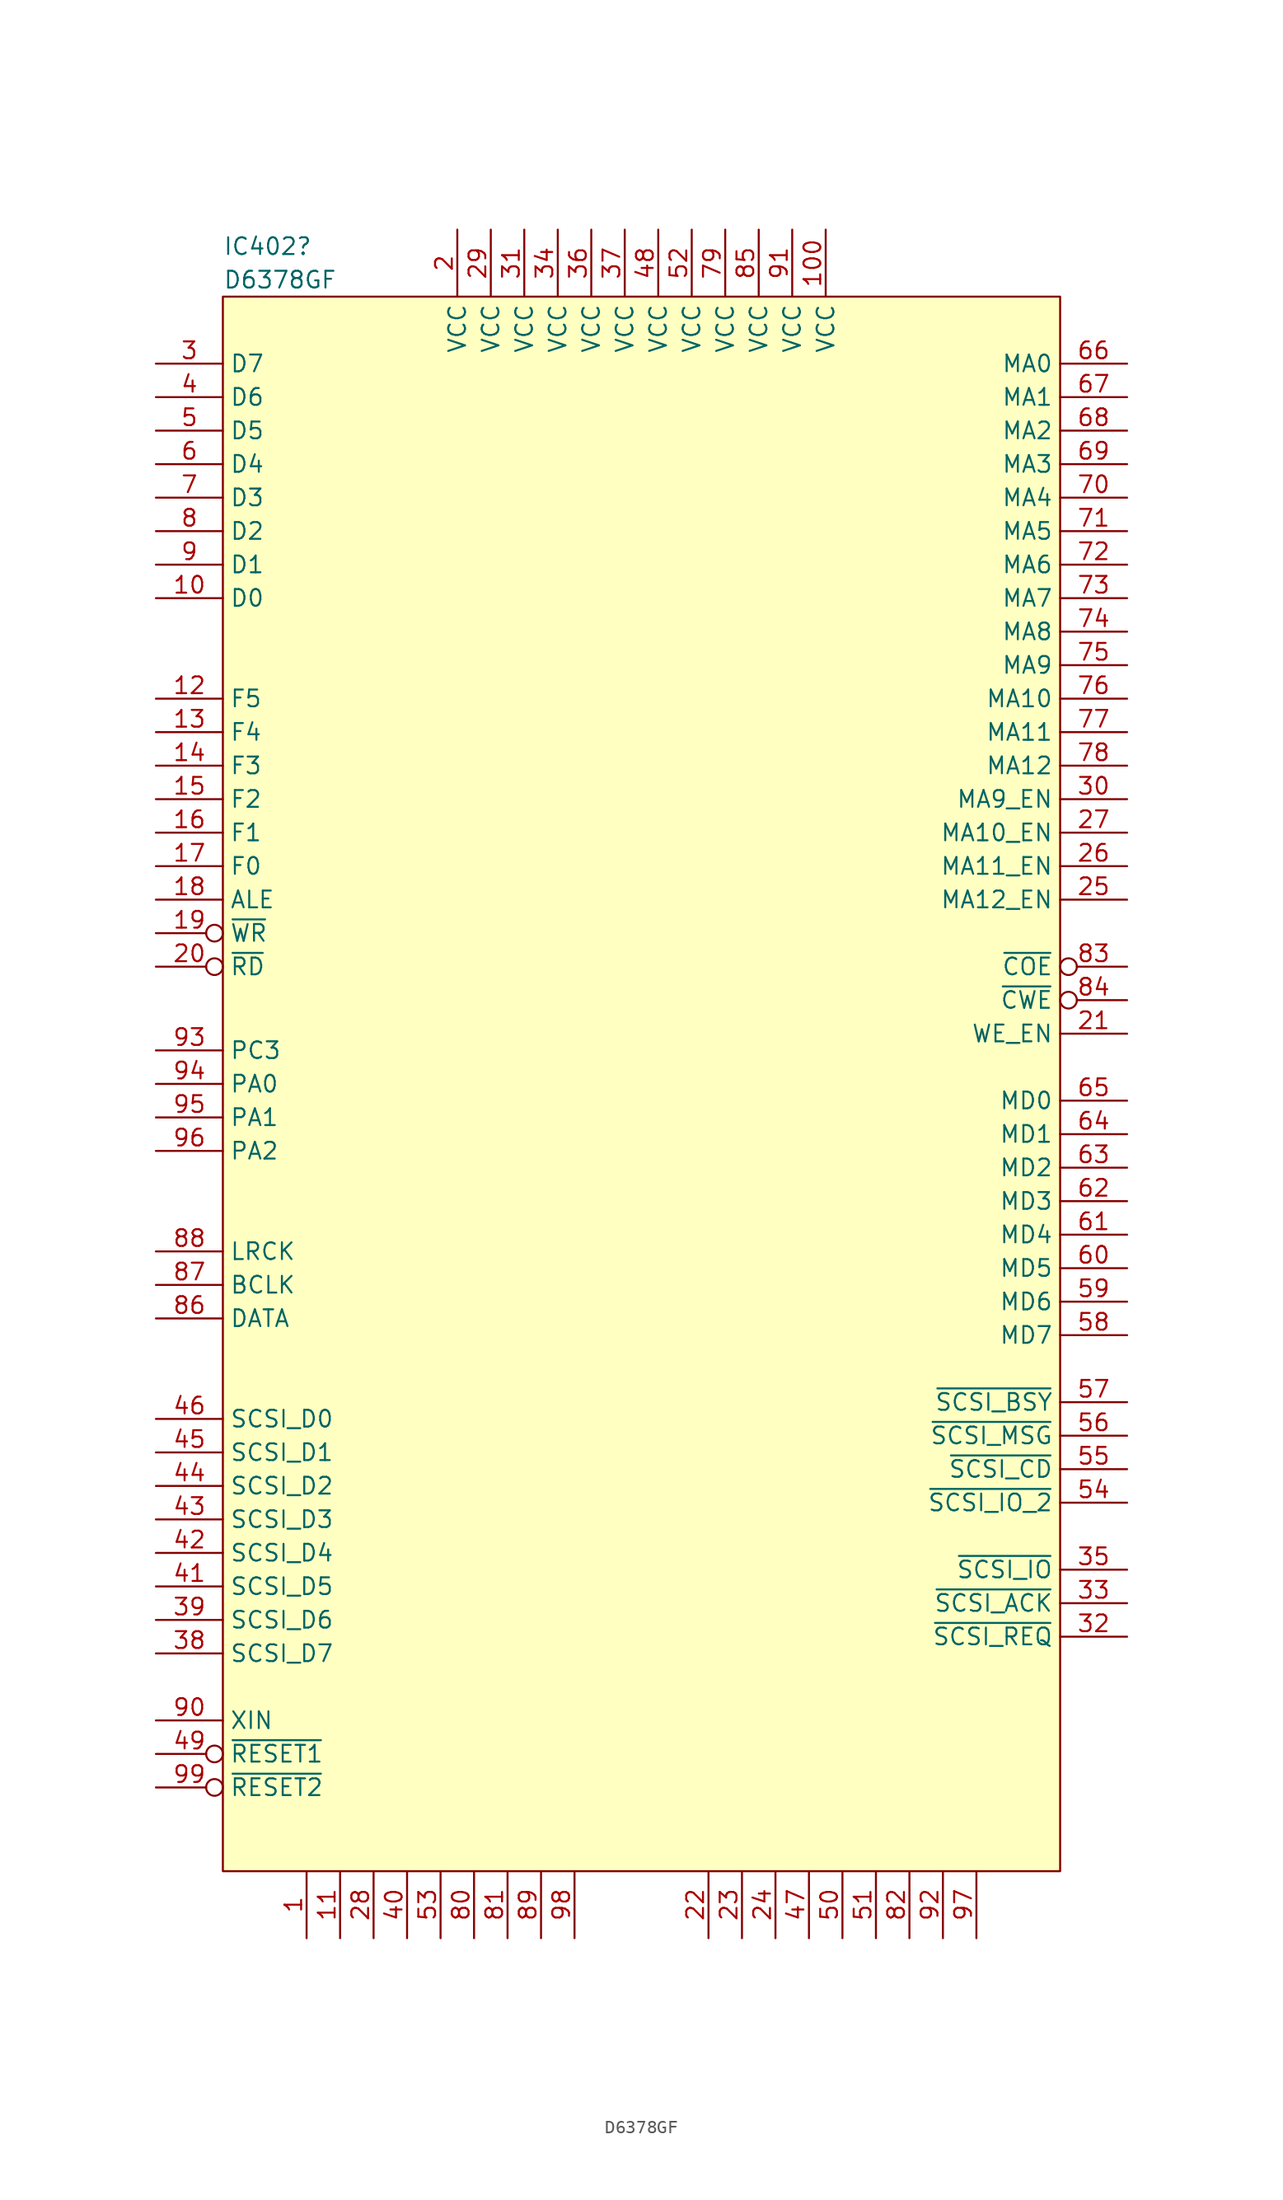
<source format=kicad_sym>
(kicad_symbol_lib
  (version 20231120)
  (generator "kicad_symbol_editor")
  (generator_version "8.0")
  (symbol "D6378GF"
    (property "Reference" "IC402"
      (at -31.75 63.5 0)
      (effects (font (size 1.27 1.27)) (justify left)))
    (property "Value" "D6378GF"
      (at -31.75 60.96 0)
      (effects (font (size 1.27 1.27)) (justify left)))
    (symbol "D6378GF_1_1"
      (rectangle (start -31.75 59.69) (end 31.75 -59.69) (stroke (width 0) (type default)) (fill (type background)))
      (pin passive line (at -25.4 -64.77 90) (length 5.08) (name "" (effects (font (size 1.27 1.27)))) (number "1" (effects (font (size 1.27 1.27)))))
      (pin passive line (at -36.83 36.83 0) (length 5.08) (name "D0" (effects (font (size 1.27 1.27)))) (number "10" (effects (font (size 1.27 1.27)))))
      (pin passive line (at 13.97 64.77 270) (length 5.08) (name "VCC" (effects (font (size 1.27 1.27)))) (number "100" (effects (font (size 1.27 1.27)))))
      (pin passive line (at -22.86 -64.77 90) (length 5.08) (name "" (effects (font (size 1.27 1.27)))) (number "11" (effects (font (size 1.27 1.27)))))
      (pin passive line (at -36.83 29.21 0) (length 5.08) (name "F5" (effects (font (size 1.27 1.27)))) (number "12" (effects (font (size 1.27 1.27)))))
      (pin passive line (at -36.83 26.67 0) (length 5.08) (name "F4" (effects (font (size 1.27 1.27)))) (number "13" (effects (font (size 1.27 1.27)))))
      (pin passive line (at -36.83 24.13 0) (length 5.08) (name "F3" (effects (font (size 1.27 1.27)))) (number "14" (effects (font (size 1.27 1.27)))))
      (pin passive line (at -36.83 21.59 0) (length 5.08) (name "F2" (effects (font (size 1.27 1.27)))) (number "15" (effects (font (size 1.27 1.27)))))
      (pin passive line (at -36.83 19.05 0) (length 5.08) (name "F1" (effects (font (size 1.27 1.27)))) (number "16" (effects (font (size 1.27 1.27)))))
      (pin passive line (at -36.83 16.51 0) (length 5.08) (name "F0" (effects (font (size 1.27 1.27)))) (number "17" (effects (font (size 1.27 1.27)))))
      (pin passive line (at -36.83 13.97 0) (length 5.08) (name "ALE" (effects (font (size 1.27 1.27)))) (number "18" (effects (font (size 1.27 1.27)))))
      (pin passive inverted (at -36.83 11.43 0) (length 5.08) (name "~{WR}" (effects (font (size 1.27 1.27)))) (number "19" (effects (font (size 1.27 1.27)))))
      (pin passive line (at -13.97 64.77 270) (length 5.08) (name "VCC" (effects (font (size 1.27 1.27)))) (number "2" (effects (font (size 1.27 1.27)))))
      (pin passive inverted (at -36.83 8.89 0) (length 5.08) (name "~{RD}" (effects (font (size 1.27 1.27)))) (number "20" (effects (font (size 1.27 1.27)))))
      (pin passive line (at 36.83 3.81 180) (length 5.08) (name "WE_EN" (effects (font (size 1.27 1.27)))) (number "21" (effects (font (size 1.27 1.27)))))
      (pin passive line (at 5.08 -64.77 90) (length 5.08) (name "" (effects (font (size 1.27 1.27)))) (number "22" (effects (font (size 1.27 1.27)))))
      (pin passive line (at 7.62 -64.77 90) (length 5.08) (name "" (effects (font (size 1.27 1.27)))) (number "23" (effects (font (size 1.27 1.27)))))
      (pin passive line (at 10.16 -64.77 90) (length 5.08) (name "" (effects (font (size 1.27 1.27)))) (number "24" (effects (font (size 1.27 1.27)))))
      (pin output line (at 36.83 13.97 180) (length 5.08) (name "MA12_EN" (effects (font (size 1.27 1.27)))) (number "25" (effects (font (size 1.27 1.27)))))
      (pin output line (at 36.83 16.51 180) (length 5.08) (name "MA11_EN" (effects (font (size 1.27 1.27)))) (number "26" (effects (font (size 1.27 1.27)))))
      (pin output line (at 36.83 19.05 180) (length 5.08) (name "MA10_EN" (effects (font (size 1.27 1.27)))) (number "27" (effects (font (size 1.27 1.27)))))
      (pin passive line (at -20.32 -64.77 90) (length 5.08) (name "" (effects (font (size 1.27 1.27)))) (number "28" (effects (font (size 1.27 1.27)))))
      (pin passive line (at -11.43 64.77 270) (length 5.08) (name "VCC" (effects (font (size 1.27 1.27)))) (number "29" (effects (font (size 1.27 1.27)))))
      (pin passive line (at -36.83 54.61 0) (length 5.08) (name "D7" (effects (font (size 1.27 1.27)))) (number "3" (effects (font (size 1.27 1.27)))))
      (pin output line (at 36.83 21.59 180) (length 5.08) (name "MA9_EN" (effects (font (size 1.27 1.27)))) (number "30" (effects (font (size 1.27 1.27)))))
      (pin passive line (at -8.89 64.77 270) (length 5.08) (name "VCC" (effects (font (size 1.27 1.27)))) (number "31" (effects (font (size 1.27 1.27)))))
      (pin passive line (at 36.83 -41.91 180) (length 5.08) (name "~{SCSI_REQ}" (effects (font (size 1.27 1.27)))) (number "32" (effects (font (size 1.27 1.27)))))
      (pin passive line (at 36.83 -39.37 180) (length 5.08) (name "~{SCSI_ACK}" (effects (font (size 1.27 1.27)))) (number "33" (effects (font (size 1.27 1.27)))))
      (pin passive line (at -6.35 64.77 270) (length 5.08) (name "VCC" (effects (font (size 1.27 1.27)))) (number "34" (effects (font (size 1.27 1.27)))))
      (pin passive line (at 36.83 -36.83 180) (length 5.08) (name "~{SCSI_IO}" (effects (font (size 1.27 1.27)))) (number "35" (effects (font (size 1.27 1.27)))))
      (pin passive line (at -3.81 64.77 270) (length 5.08) (name "VCC" (effects (font (size 1.27 1.27)))) (number "36" (effects (font (size 1.27 1.27)))))
      (pin passive line (at -1.27 64.77 270) (length 5.08) (name "VCC" (effects (font (size 1.27 1.27)))) (number "37" (effects (font (size 1.27 1.27)))))
      (pin passive line (at -36.83 -43.18 0) (length 5.08) (name "SCSI_D7" (effects (font (size 1.27 1.27)))) (number "38" (effects (font (size 1.27 1.27)))))
      (pin passive line (at -36.83 -40.64 0) (length 5.08) (name "SCSI_D6" (effects (font (size 1.27 1.27)))) (number "39" (effects (font (size 1.27 1.27)))))
      (pin passive line (at -36.83 52.07 0) (length 5.08) (name "D6" (effects (font (size 1.27 1.27)))) (number "4" (effects (font (size 1.27 1.27)))))
      (pin passive line (at -17.78 -64.77 90) (length 5.08) (name "" (effects (font (size 1.27 1.27)))) (number "40" (effects (font (size 1.27 1.27)))))
      (pin passive line (at -36.83 -38.1 0) (length 5.08) (name "SCSI_D5" (effects (font (size 1.27 1.27)))) (number "41" (effects (font (size 1.27 1.27)))))
      (pin passive line (at -36.83 -35.56 0) (length 5.08) (name "SCSI_D4" (effects (font (size 1.27 1.27)))) (number "42" (effects (font (size 1.27 1.27)))))
      (pin passive line (at -36.83 -33.02 0) (length 5.08) (name "SCSI_D3" (effects (font (size 1.27 1.27)))) (number "43" (effects (font (size 1.27 1.27)))))
      (pin passive line (at -36.83 -30.48 0) (length 5.08) (name "SCSI_D2" (effects (font (size 1.27 1.27)))) (number "44" (effects (font (size 1.27 1.27)))))
      (pin passive line (at -36.83 -27.94 0) (length 5.08) (name "SCSI_D1" (effects (font (size 1.27 1.27)))) (number "45" (effects (font (size 1.27 1.27)))))
      (pin passive line (at -36.83 -25.4 0) (length 5.08) (name "SCSI_D0" (effects (font (size 1.27 1.27)))) (number "46" (effects (font (size 1.27 1.27)))))
      (pin passive line (at 12.7 -64.77 90) (length 5.08) (name "" (effects (font (size 1.27 1.27)))) (number "47" (effects (font (size 1.27 1.27)))))
      (pin passive line (at 1.27 64.77 270) (length 5.08) (name "VCC" (effects (font (size 1.27 1.27)))) (number "48" (effects (font (size 1.27 1.27)))))
      (pin passive inverted (at -36.83 -50.8 0) (length 5.08) (name "~{RESET1}" (effects (font (size 1.27 1.27)))) (number "49" (effects (font (size 1.27 1.27)))))
      (pin passive line (at -36.83 49.53 0) (length 5.08) (name "D5" (effects (font (size 1.27 1.27)))) (number "5" (effects (font (size 1.27 1.27)))))
      (pin passive line (at 15.24 -64.77 90) (length 5.08) (name "" (effects (font (size 1.27 1.27)))) (number "50" (effects (font (size 1.27 1.27)))))
      (pin passive line (at 17.78 -64.77 90) (length 5.08) (name "" (effects (font (size 1.27 1.27)))) (number "51" (effects (font (size 1.27 1.27)))))
      (pin passive line (at 3.81 64.77 270) (length 5.08) (name "VCC" (effects (font (size 1.27 1.27)))) (number "52" (effects (font (size 1.27 1.27)))))
      (pin passive line (at -15.24 -64.77 90) (length 5.08) (name "" (effects (font (size 1.27 1.27)))) (number "53" (effects (font (size 1.27 1.27)))))
      (pin passive line (at 36.83 -31.75 180) (length 5.08) (name "~{SCSI_IO_2}" (effects (font (size 1.27 1.27)))) (number "54" (effects (font (size 1.27 1.27)))))
      (pin passive line (at 36.83 -29.21 180) (length 5.08) (name "~{SCSI_CD}" (effects (font (size 1.27 1.27)))) (number "55" (effects (font (size 1.27 1.27)))))
      (pin passive line (at 36.83 -26.67 180) (length 5.08) (name "~{SCSI_MSG}" (effects (font (size 1.27 1.27)))) (number "56" (effects (font (size 1.27 1.27)))))
      (pin passive line (at 36.83 -24.13 180) (length 5.08) (name "~{SCSI_BSY}" (effects (font (size 1.27 1.27)))) (number "57" (effects (font (size 1.27 1.27)))))
      (pin bidirectional line (at 36.83 -19.05 180) (length 5.08) (name "MD7" (effects (font (size 1.27 1.27)))) (number "58" (effects (font (size 1.27 1.27)))))
      (pin bidirectional line (at 36.83 -16.51 180) (length 5.08) (name "MD6" (effects (font (size 1.27 1.27)))) (number "59" (effects (font (size 1.27 1.27)))))
      (pin passive line (at -36.83 46.99 0) (length 5.08) (name "D4" (effects (font (size 1.27 1.27)))) (number "6" (effects (font (size 1.27 1.27)))))
      (pin bidirectional line (at 36.83 -13.97 180) (length 5.08) (name "MD5" (effects (font (size 1.27 1.27)))) (number "60" (effects (font (size 1.27 1.27)))))
      (pin bidirectional line (at 36.83 -11.43 180) (length 5.08) (name "MD4" (effects (font (size 1.27 1.27)))) (number "61" (effects (font (size 1.27 1.27)))))
      (pin bidirectional line (at 36.83 -8.89 180) (length 5.08) (name "MD3" (effects (font (size 1.27 1.27)))) (number "62" (effects (font (size 1.27 1.27)))))
      (pin bidirectional line (at 36.83 -6.35 180) (length 5.08) (name "MD2" (effects (font (size 1.27 1.27)))) (number "63" (effects (font (size 1.27 1.27)))))
      (pin bidirectional line (at 36.83 -3.81 180) (length 5.08) (name "MD1" (effects (font (size 1.27 1.27)))) (number "64" (effects (font (size 1.27 1.27)))))
      (pin bidirectional line (at 36.83 -1.27 180) (length 5.08) (name "MD0" (effects (font (size 1.27 1.27)))) (number "65" (effects (font (size 1.27 1.27)))))
      (pin output line (at 36.83 54.61 180) (length 5.08) (name "MA0" (effects (font (size 1.27 1.27)))) (number "66" (effects (font (size 1.27 1.27)))))
      (pin output line (at 36.83 52.07 180) (length 5.08) (name "MA1" (effects (font (size 1.27 1.27)))) (number "67" (effects (font (size 1.27 1.27)))))
      (pin output line (at 36.83 49.53 180) (length 5.08) (name "MA2" (effects (font (size 1.27 1.27)))) (number "68" (effects (font (size 1.27 1.27)))))
      (pin output line (at 36.83 46.99 180) (length 5.08) (name "MA3" (effects (font (size 1.27 1.27)))) (number "69" (effects (font (size 1.27 1.27)))))
      (pin passive line (at -36.83 44.45 0) (length 5.08) (name "D3" (effects (font (size 1.27 1.27)))) (number "7" (effects (font (size 1.27 1.27)))))
      (pin output line (at 36.83 44.45 180) (length 5.08) (name "MA4" (effects (font (size 1.27 1.27)))) (number "70" (effects (font (size 1.27 1.27)))))
      (pin output line (at 36.83 41.91 180) (length 5.08) (name "MA5" (effects (font (size 1.27 1.27)))) (number "71" (effects (font (size 1.27 1.27)))))
      (pin output line (at 36.83 39.37 180) (length 5.08) (name "MA6" (effects (font (size 1.27 1.27)))) (number "72" (effects (font (size 1.27 1.27)))))
      (pin output line (at 36.83 36.83 180) (length 5.08) (name "MA7" (effects (font (size 1.27 1.27)))) (number "73" (effects (font (size 1.27 1.27)))))
      (pin output line (at 36.83 34.29 180) (length 5.08) (name "MA8" (effects (font (size 1.27 1.27)))) (number "74" (effects (font (size 1.27 1.27)))))
      (pin input line (at 36.83 31.75 180) (length 5.08) (name "MA9" (effects (font (size 1.27 1.27)))) (number "75" (effects (font (size 1.27 1.27)))))
      (pin input line (at 36.83 29.21 180) (length 5.08) (name "MA10" (effects (font (size 1.27 1.27)))) (number "76" (effects (font (size 1.27 1.27)))))
      (pin input line (at 36.83 26.67 180) (length 5.08) (name "MA11" (effects (font (size 1.27 1.27)))) (number "77" (effects (font (size 1.27 1.27)))))
      (pin input line (at 36.83 24.13 180) (length 5.08) (name "MA12" (effects (font (size 1.27 1.27)))) (number "78" (effects (font (size 1.27 1.27)))))
      (pin passive line (at 6.35 64.77 270) (length 5.08) (name "VCC" (effects (font (size 1.27 1.27)))) (number "79" (effects (font (size 1.27 1.27)))))
      (pin passive line (at -36.83 41.91 0) (length 5.08) (name "D2" (effects (font (size 1.27 1.27)))) (number "8" (effects (font (size 1.27 1.27)))))
      (pin passive line (at -12.7 -64.77 90) (length 5.08) (name "" (effects (font (size 1.27 1.27)))) (number "80" (effects (font (size 1.27 1.27)))))
      (pin passive line (at -10.16 -64.77 90) (length 5.08) (name "" (effects (font (size 1.27 1.27)))) (number "81" (effects (font (size 1.27 1.27)))))
      (pin passive line (at 20.32 -64.77 90) (length 5.08) (name "" (effects (font (size 1.27 1.27)))) (number "82" (effects (font (size 1.27 1.27)))))
      (pin passive inverted (at 36.83 8.89 180) (length 5.08) (name "~{COE}" (effects (font (size 1.27 1.27)))) (number "83" (effects (font (size 1.27 1.27)))))
      (pin passive inverted (at 36.83 6.35 180) (length 5.08) (name "~{CWE}" (effects (font (size 1.27 1.27)))) (number "84" (effects (font (size 1.27 1.27)))))
      (pin passive line (at 8.89 64.77 270) (length 5.08) (name "VCC" (effects (font (size 1.27 1.27)))) (number "85" (effects (font (size 1.27 1.27)))))
      (pin passive line (at -36.83 -17.78 0) (length 5.08) (name "DATA" (effects (font (size 1.27 1.27)))) (number "86" (effects (font (size 1.27 1.27)))))
      (pin passive line (at -36.83 -15.24 0) (length 5.08) (name "BCLK" (effects (font (size 1.27 1.27)))) (number "87" (effects (font (size 1.27 1.27)))))
      (pin passive line (at -36.83 -12.7 0) (length 5.08) (name "LRCK" (effects (font (size 1.27 1.27)))) (number "88" (effects (font (size 1.27 1.27)))))
      (pin passive line (at -7.62 -64.77 90) (length 5.08) (name "" (effects (font (size 1.27 1.27)))) (number "89" (effects (font (size 1.27 1.27)))))
      (pin passive line (at -36.83 39.37 0) (length 5.08) (name "D1" (effects (font (size 1.27 1.27)))) (number "9" (effects (font (size 1.27 1.27)))))
      (pin passive line (at -36.83 -48.26 0) (length 5.08) (name "XIN" (effects (font (size 1.27 1.27)))) (number "90" (effects (font (size 1.27 1.27)))))
      (pin passive line (at 11.43 64.77 270) (length 5.08) (name "VCC" (effects (font (size 1.27 1.27)))) (number "91" (effects (font (size 1.27 1.27)))))
      (pin passive line (at 22.86 -64.77 90) (length 5.08) (name "" (effects (font (size 1.27 1.27)))) (number "92" (effects (font (size 1.27 1.27)))))
      (pin passive line (at -36.83 2.54 0) (length 5.08) (name "PC3" (effects (font (size 1.27 1.27)))) (number "93" (effects (font (size 1.27 1.27)))))
      (pin passive line (at -36.83 0 0) (length 5.08) (name "PA0" (effects (font (size 1.27 1.27)))) (number "94" (effects (font (size 1.27 1.27)))))
      (pin passive line (at -36.83 -2.54 0) (length 5.08) (name "PA1" (effects (font (size 1.27 1.27)))) (number "95" (effects (font (size 1.27 1.27)))))
      (pin passive line (at -36.83 -5.08 0) (length 5.08) (name "PA2" (effects (font (size 1.27 1.27)))) (number "96" (effects (font (size 1.27 1.27)))))
      (pin passive line (at 25.4 -64.77 90) (length 5.08) (name "" (effects (font (size 1.27 1.27)))) (number "97" (effects (font (size 1.27 1.27)))))
      (pin passive line (at -5.08 -64.77 90) (length 5.08) (name "" (effects (font (size 1.27 1.27)))) (number "98" (effects (font (size 1.27 1.27)))))
      (pin passive inverted (at -36.83 -53.34 0) (length 5.08) (name "~{RESET2}" (effects (font (size 1.27 1.27)))) (number "99" (effects (font (size 1.27 1.27))))))))
</source>
